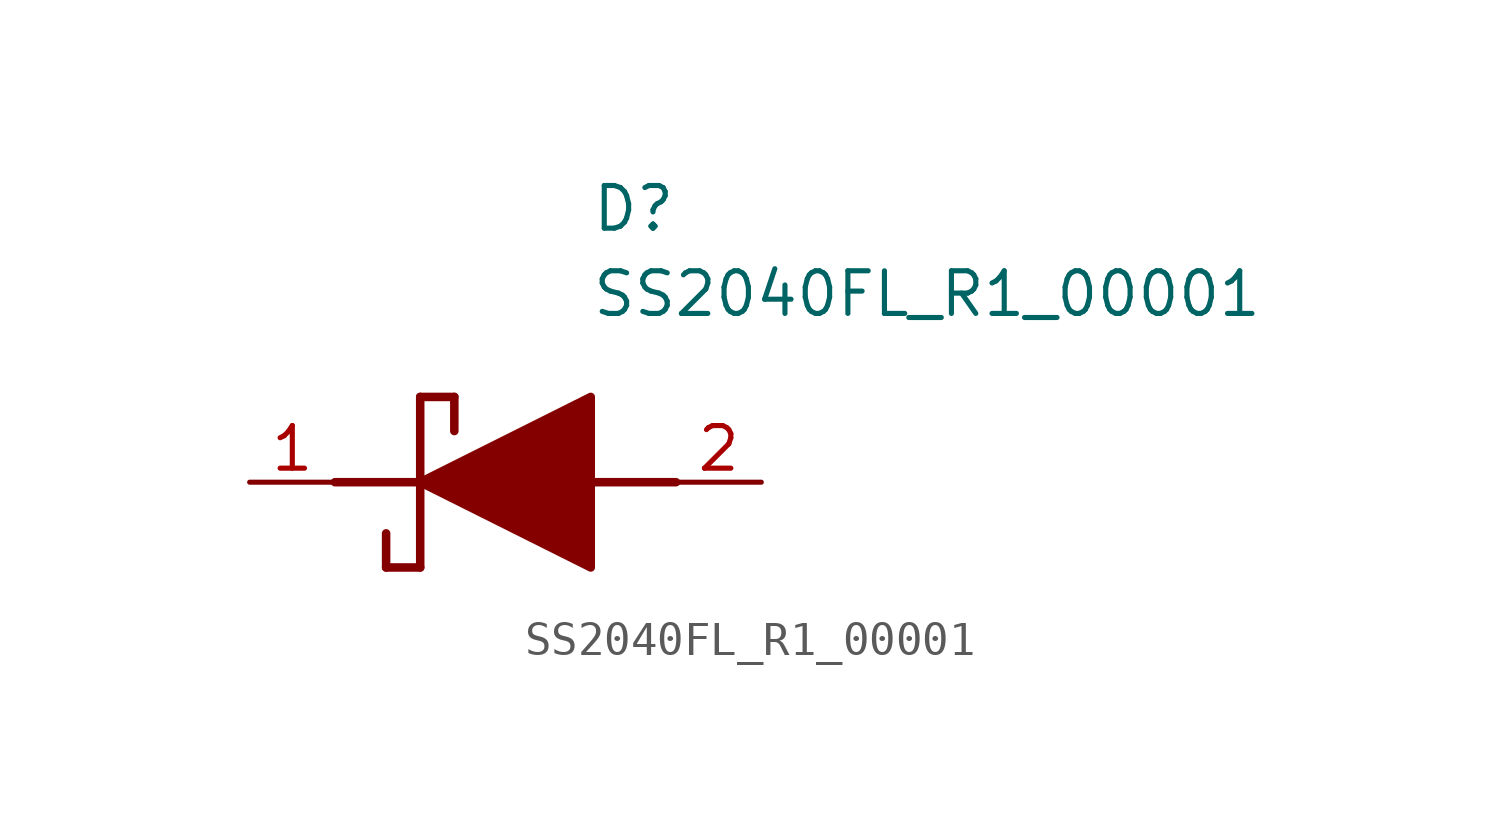
<source format=kicad_sym>
(kicad_symbol_lib
  (version 20211014)
  (generator SamacSys_ECAD_Model)
  (symbol "SS2040FL_R1_00001"
    (pin_names hide)
    (property "Reference" "D"
      (at 12.7 8.89 0)
      (effects (font (size 1.27 1.27)) (justify left top)))
    (property "Value" "SS2040FL_R1_00001"
      (at 12.7 6.35 0)
      (effects (font (size 1.27 1.27)) (justify left top)))
    (polyline
      (pts (xy 7.62 2.54) (xy 7.62 -2.54))
      (stroke (width 0.254) (type default))
      (fill (type none)))
    (polyline
      (pts (xy 7.62 2.54) (xy 8.636 2.54))
      (stroke (width 0.254) (type default))
      (fill (type none)))
    (polyline
      (pts (xy 8.636 1.524) (xy 8.636 2.54))
      (stroke (width 0.254) (type default))
      (fill (type none)))
    (polyline
      (pts (xy 7.62 -2.54) (xy 6.604 -2.54))
      (stroke (width 0.254) (type default))
      (fill (type none)))
    (polyline
      (pts (xy 6.604 -1.524) (xy 6.604 -2.54))
      (stroke (width 0.254) (type default))
      (fill (type none)))
    (polyline
      (pts (xy 5.08 0) (xy 7.62 0))
      (stroke (width 0.254) (type default))
      (fill (type none)))
    (polyline
      (pts (xy 12.7 0) (xy 15.24 0))
      (stroke (width 0.254) (type default))
      (fill (type none)))
    (polyline
      (pts (xy 7.62 0) (xy 12.7 2.54) (xy 12.7 -2.54) (xy 7.62 0))
      (stroke (width 0.254) (type default))
      (fill (type outline)))
    (pin passive line
      (at 2.54 0 0)
      (length 2.54)
      (name "K" (effects (font (size 1.27 1.27))))
      (number "1" (effects (font (size 1.27 1.27)))))
    (pin passive line
      (at 17.78 0 180)
      (length 2.54)
      (name "A" (effects (font (size 1.27 1.27))))
      (number "2" (effects (font (size 1.27 1.27)))))))
</source>
